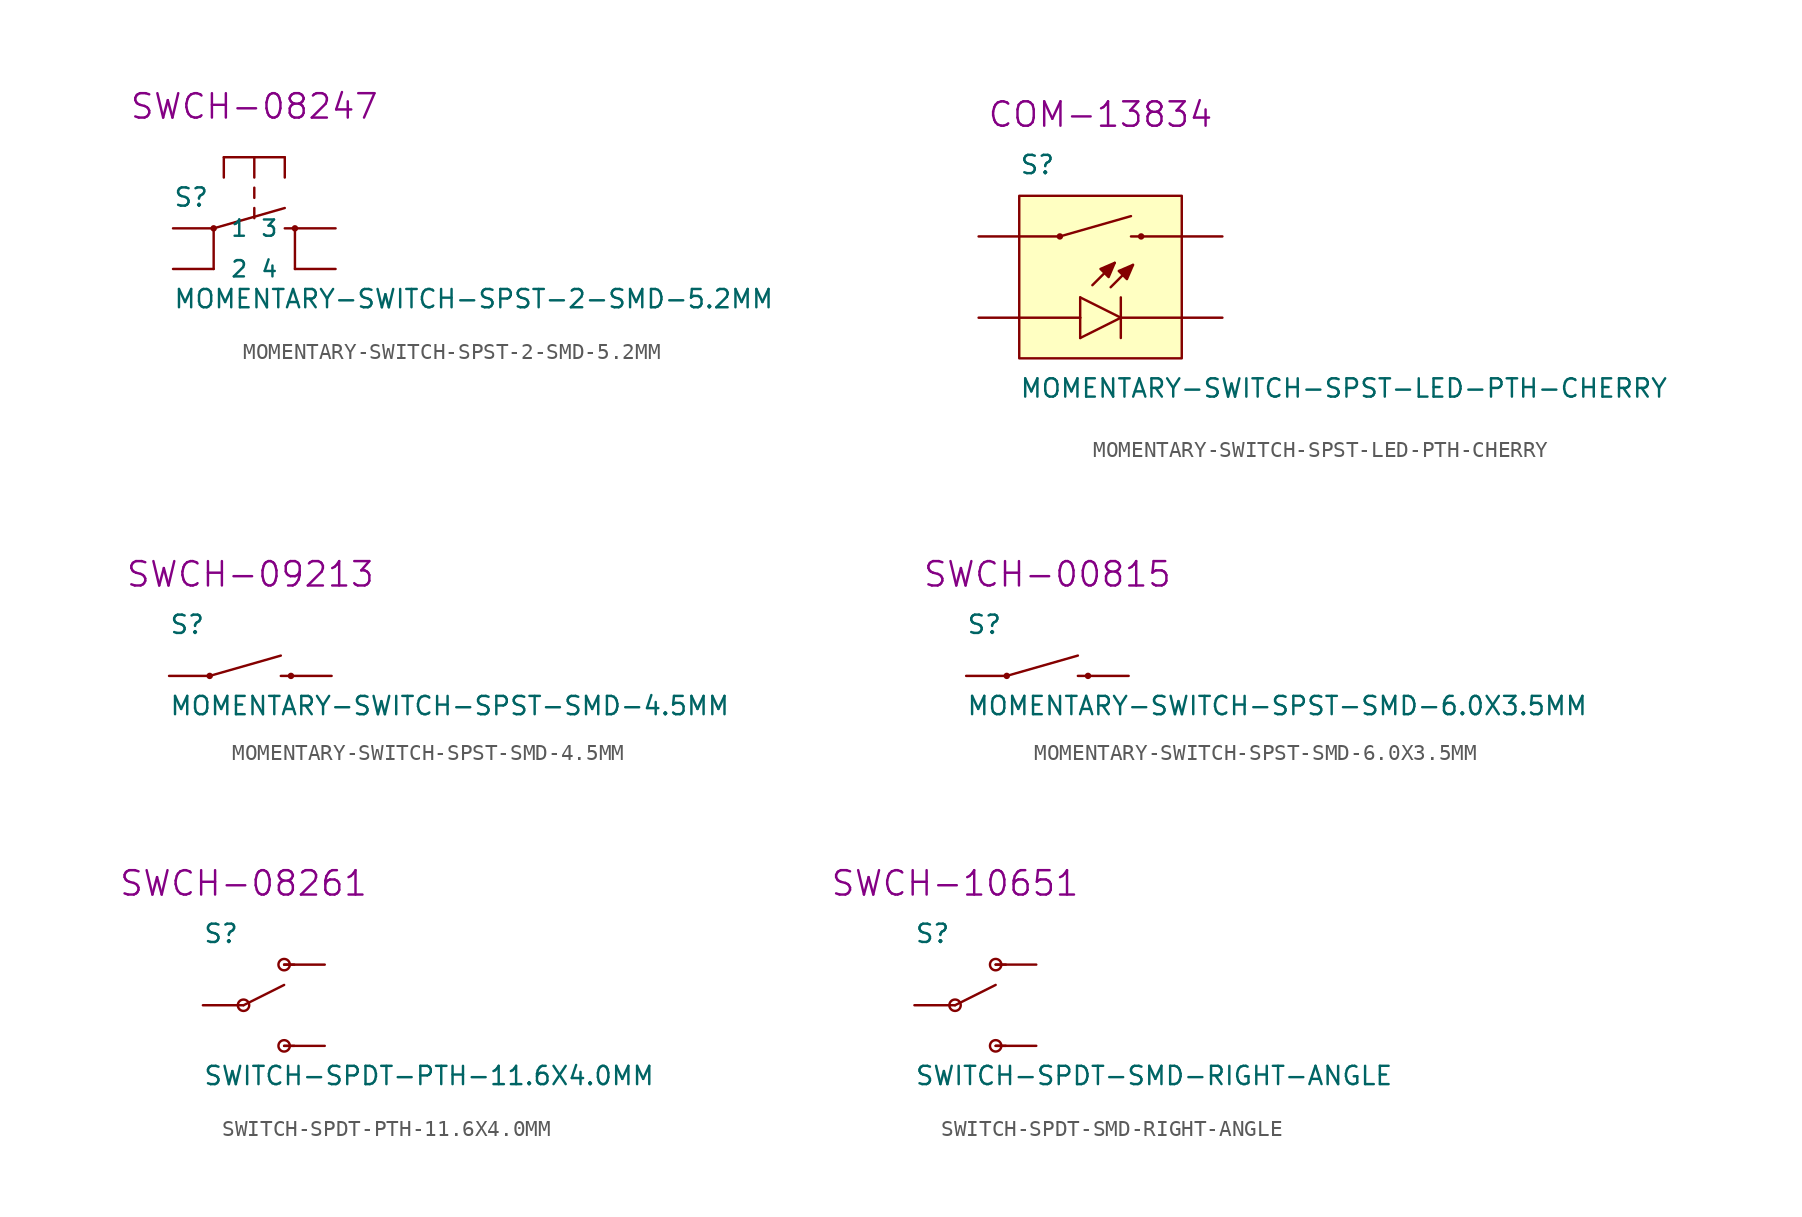
<source format=kicad_sym>
(kicad_symbol_lib
  (version 20211014)
  (generator kicad_symbol_editor)
  (symbol "MOMENTARY-SWITCH-SPST-2-SMD-5.2MM"
    (pin_numbers hide)
    (pin_names
      (offset 1.016))
    (property "Reference" "S"
      (at -5.08 1.27 0)
      (effects (font (size 1.143 1.143)) (justify left bottom)))
    (property "Value" "MOMENTARY-SWITCH-SPST-2-SMD-5.2MM"
      (at -5.08 -5.08 0)
      (effects (font (size 1.143 1.143)) (justify left bottom)))
    (property "Field4" "SWCH-08247"
      (at 0 7.62 0)
      (effects (font (size 1.524 1.524))))
    (property "ki_locked" ""
      (at 0 0 0)
      (effects (font (size 1.27 1.27))))
    (symbol "MOMENTARY-SWITCH-SPST-2-SMD-5.2MM_1_0"
      (polyline (pts (xy -2.54 -2.54) (xy -2.54 0)) (stroke (width 0) (type default) (color 0 0 0 0)) (fill (type none)))
      (polyline (pts (xy -2.54 0) (xy 1.905 1.27)) (stroke (width 0) (type default) (color 0 0 0 0)) (fill (type none)))
      (polyline (pts (xy -1.905 4.445) (xy -1.905 3.175)) (stroke (width 0) (type default) (color 0 0 0 0)) (fill (type none)))
      (polyline (pts (xy 0 1.27) (xy 0 0.635)) (stroke (width 0) (type default) (color 0 0 0 0)) (fill (type none)))
      (polyline (pts (xy 0 2.54) (xy 0 1.905)) (stroke (width 0) (type default) (color 0 0 0 0)) (fill (type none)))
      (polyline (pts (xy 0 4.445) (xy -1.905 4.445)) (stroke (width 0) (type default) (color 0 0 0 0)) (fill (type none)))
      (polyline (pts (xy 0 4.445) (xy 0 3.175)) (stroke (width 0) (type default) (color 0 0 0 0)) (fill (type none)))
      (polyline (pts (xy 1.905 0) (xy 2.54 0)) (stroke (width 0) (type default) (color 0 0 0 0)) (fill (type none)))
      (polyline (pts (xy 1.905 4.445) (xy 0 4.445)) (stroke (width 0) (type default) (color 0 0 0 0)) (fill (type none)))
      (polyline (pts (xy 1.905 4.445) (xy 1.905 3.175)) (stroke (width 0) (type default) (color 0 0 0 0)) (fill (type none)))
      (polyline (pts (xy 2.54 -2.54) (xy 2.54 0)) (stroke (width 0) (type default) (color 0 0 0 0)) (fill (type none))))
    (symbol "MOMENTARY-SWITCH-SPST-2-SMD-5.2MM_1_1"
      (circle (center -2.54 0) (radius 0.127) (stroke (width 0) (type default) (color 0 0 0 0)) (fill (type outline)))
      (circle (center 2.54 0) (radius 0.127) (stroke (width 0) (type default) (color 0 0 0 0)) (fill (type outline)))
      (pin passive line (at -5.08 0 0) (length 2.54) (name "1" (effects (font (size 1.016 1.016)))) (number "1" (effects (font (size 1.016 1.016)))))
      (pin passive line (at -5.08 -2.54 0) (length 2.54) (name "2" (effects (font (size 1.016 1.016)))) (number "2" (effects (font (size 1.016 1.016)))))
      (pin passive line (at 5.08 0 180) (length 2.54) (name "3" (effects (font (size 1.016 1.016)))) (number "3" (effects (font (size 1.016 1.016)))))
      (pin passive line (at 5.08 -2.54 180) (length 2.54) (name "4" (effects (font (size 1.016 1.016)))) (number "4" (effects (font (size 1.016 1.016)))))))
  (symbol "MOMENTARY-SWITCH-SPST-LED-PTH-CHERRY"
    (pin_numbers hide)
    (pin_names
      (offset 1.016) hide)
    (property "Reference" "S"
      (at -5.08 6.35 0)
      (effects (font (size 1.143 1.143)) (justify left bottom)))
    (property "Value" "MOMENTARY-SWITCH-SPST-LED-PTH-CHERRY"
      (at -5.08 -7.62 0)
      (effects (font (size 1.143 1.143)) (justify left bottom)))
    (property "Field4" "COM-13834"
      (at 0 10.16 0)
      (effects (font (size 1.524 1.524))))
    (property "ki_locked" ""
      (at 0 0 0)
      (effects (font (size 1.27 1.27))))
    (symbol "MOMENTARY-SWITCH-SPST-LED-PTH-CHERRY_1_0"
      (polyline (pts (xy -5.08 -2.54) (xy -1.27 -2.54)) (stroke (width 0) (type default) (color 0 0 0 0)) (fill (type none)))
      (polyline (pts (xy -5.08 2.54) (xy -2.54 2.54)) (stroke (width 0) (type default) (color 0 0 0 0)) (fill (type none)))
      (polyline (pts (xy -2.54 2.54) (xy 1.905 3.81)) (stroke (width 0) (type default) (color 0 0 0 0)) (fill (type none)))
      (polyline (pts (xy -1.27 -3.81) (xy -1.27 -2.54)) (stroke (width 0) (type default) (color 0 0 0 0)) (fill (type none)))
      (polyline (pts (xy -1.27 -3.81) (xy 1.27 -2.54)) (stroke (width 0) (type default) (color 0 0 0 0)) (fill (type none)))
      (polyline (pts (xy -1.27 -2.54) (xy -1.27 -1.27)) (stroke (width 0) (type default) (color 0 0 0 0)) (fill (type none)))
      (polyline (pts (xy -0.508 -0.508) (xy 0.889 0.889)) (stroke (width 0) (type default) (color 0 0 0 0)) (fill (type none)))
      (polyline (pts (xy 0.635 -0.635) (xy 2.032 0.762)) (stroke (width 0) (type default) (color 0 0 0 0)) (fill (type none)))
      (polyline (pts (xy 1.27 -3.81) (xy 1.27 -2.54)) (stroke (width 0) (type default) (color 0 0 0 0)) (fill (type none)))
      (polyline (pts (xy 1.27 -2.54) (xy -1.27 -1.27)) (stroke (width 0) (type default) (color 0 0 0 0)) (fill (type none)))
      (polyline (pts (xy 1.27 -2.54) (xy 1.27 -1.27)) (stroke (width 0) (type default) (color 0 0 0 0)) (fill (type none)))
      (polyline (pts (xy 1.27 -2.54) (xy 5.08 -2.54)) (stroke (width 0) (type default) (color 0 0 0 0)) (fill (type none)))
      (polyline (pts (xy 1.905 2.54) (xy 5.08 2.54)) (stroke (width 0) (type default) (color 0 0 0 0)) (fill (type none))))
    (symbol "MOMENTARY-SWITCH-SPST-LED-PTH-CHERRY_1_1"
      (circle (center -2.54 2.54) (radius 0.127) (stroke (width 0) (type default) (color 0 0 0 0)) (fill (type outline)))
      (polyline (pts (xy 0.889 0.889) (xy 0 0.508) (xy 0 0.508) (xy 0.508 0) (xy 0.508 0) (xy 0.889 0.889)) (stroke (width 0) (type default) (color 0 0 0 0)) (fill (type outline)))
      (polyline (pts (xy 2.032 0.762) (xy 1.143 0.381) (xy 1.143 0.381) (xy 1.651 -0.127) (xy 1.651 -0.127) (xy 2.032 0.762)) (stroke (width 0) (type default) (color 0 0 0 0)) (fill (type outline)))
      (polyline (pts (xy -5.08 5.08) (xy -5.08 2.54) (xy -5.08 -2.54) (xy -5.08 -5.08) (xy 5.08 -5.08) (xy 5.08 -2.54) (xy 5.08 2.54) (xy 5.08 5.08) (xy -5.08 5.08)) (stroke (width 0) (type default) (color 0 0 0 0)) (fill (type background)))
      (circle (center 2.54 2.54) (radius 0.127) (stroke (width 0) (type default) (color 0 0 0 0)) (fill (type outline)))
      (pin passive line (at -7.62 -2.54 0) (length 2.54) (name "A" (effects (font (size 1.016 1.016)))) (number "A" (effects (font (size 1.016 1.016)))))
      (pin passive line (at 7.62 -2.54 180) (length 2.54) (name "C" (effects (font (size 1.016 1.016)))) (number "K" (effects (font (size 1.016 1.016)))))
      (pin passive line (at -7.62 2.54 0) (length 2.54) (name "1" (effects (font (size 1.016 1.016)))) (number "S1" (effects (font (size 1.016 1.016)))))
      (pin passive line (at 7.62 2.54 180) (length 2.54) (name "2" (effects (font (size 1.016 1.016)))) (number "S2" (effects (font (size 1.016 1.016)))))))
  (symbol "MOMENTARY-SWITCH-SPST-SMD-4.5MM"
    (pin_numbers hide)
    (pin_names
      (offset 1.016) hide)
    (property "Reference" "S"
      (at -5.08 2.54 0)
      (effects (font (size 1.143 1.143)) (justify left bottom)))
    (property "Value" "MOMENTARY-SWITCH-SPST-SMD-4.5MM"
      (at -5.08 -2.54 0)
      (effects (font (size 1.143 1.143)) (justify left bottom)))
    (property "Field4" "SWCH-09213"
      (at 0 6.35 0)
      (effects (font (size 1.524 1.524))))
    (property "ki_locked" ""
      (at 0 0 0)
      (effects (font (size 1.27 1.27))))
    (symbol "MOMENTARY-SWITCH-SPST-SMD-4.5MM_1_0"
      (polyline (pts (xy -2.54 0) (xy 1.905 1.27)) (stroke (width 0) (type default) (color 0 0 0 0)) (fill (type none)))
      (polyline (pts (xy 1.905 0) (xy 2.54 0)) (stroke (width 0) (type default) (color 0 0 0 0)) (fill (type none))))
    (symbol "MOMENTARY-SWITCH-SPST-SMD-4.5MM_1_1"
      (circle (center -2.54 0) (radius 0.127) (stroke (width 0) (type default) (color 0 0 0 0)) (fill (type outline)))
      (circle (center 2.54 0) (radius 0.127) (stroke (width 0) (type default) (color 0 0 0 0)) (fill (type outline)))
      (pin passive line (at 5.08 0 180) (length 2.54) (name "2" (effects (font (size 1.016 1.016)))) (number "1" (effects (font (size 1.016 1.016)))))
      (pin passive line (at -5.08 0 0) (length 2.54) (name "1" (effects (font (size 1.016 1.016)))) (number "2" (effects (font (size 1.016 1.016)))))
      (pin passive line (at -5.08 0 0) (length 2.54) hide (name "1" (effects (font (size 1.016 1.016)))) (number "3" (effects (font (size 1.016 1.016)))))
      (pin passive line (at 5.08 0 180) (length 2.54) hide (name "2" (effects (font (size 1.016 1.016)))) (number "4" (effects (font (size 1.016 1.016)))))))
  (symbol "MOMENTARY-SWITCH-SPST-SMD-6.0X3.5MM"
    (pin_numbers hide)
    (pin_names
      (offset 1.016) hide)
    (property "Reference" "S"
      (at -5.08 2.54 0)
      (effects (font (size 1.143 1.143)) (justify left bottom)))
    (property "Value" "MOMENTARY-SWITCH-SPST-SMD-6.0X3.5MM"
      (at -5.08 -2.54 0)
      (effects (font (size 1.143 1.143)) (justify left bottom)))
    (property "Field4" "SWCH-00815"
      (at 0 6.35 0)
      (effects (font (size 1.524 1.524))))
    (property "ki_locked" ""
      (at 0 0 0)
      (effects (font (size 1.27 1.27))))
    (symbol "MOMENTARY-SWITCH-SPST-SMD-6.0X3.5MM_1_0"
      (polyline (pts (xy -2.54 0) (xy 1.905 1.27)) (stroke (width 0) (type default) (color 0 0 0 0)) (fill (type none)))
      (polyline (pts (xy 1.905 0) (xy 2.54 0)) (stroke (width 0) (type default) (color 0 0 0 0)) (fill (type none))))
    (symbol "MOMENTARY-SWITCH-SPST-SMD-6.0X3.5MM_1_1"
      (circle (center -2.54 0) (radius 0.127) (stroke (width 0) (type default) (color 0 0 0 0)) (fill (type outline)))
      (circle (center 2.54 0) (radius 0.127) (stroke (width 0) (type default) (color 0 0 0 0)) (fill (type outline)))
      (pin passive line (at -5.08 0 0) (length 2.54) (name "1" (effects (font (size 1.016 1.016)))) (number "1" (effects (font (size 1.016 1.016)))))
      (pin passive line (at 5.08 0 180) (length 2.54) (name "2" (effects (font (size 1.016 1.016)))) (number "2" (effects (font (size 1.016 1.016)))))))
  (symbol "SWITCH-SPDT-PTH-11.6X4.0MM"
    (pin_numbers hide)
    (pin_names
      (offset 1.016) hide)
    (property "Reference" "S"
      (at -2.54 3.81 0)
      (effects (font (size 1.143 1.143)) (justify left bottom)))
    (property "Value" "SWITCH-SPDT-PTH-11.6X4.0MM"
      (at -2.54 -5.08 0)
      (effects (font (size 1.143 1.143)) (justify left bottom)))
    (property "Field4" "SWCH-08261"
      (at 0 7.62 0)
      (effects (font (size 1.524 1.524))))
    (property "ki_locked" ""
      (at 0 0 0)
      (effects (font (size 1.27 1.27))))
    (symbol "SWITCH-SPDT-PTH-11.6X4.0MM_1_0"
      (polyline (pts (xy 0 0) (xy 2.54 1.27)) (stroke (width 0) (type default) (color 0 0 0 0)) (fill (type none)))
      (polyline (pts (xy 2.54 -2.54) (xy 3.175 -2.54)) (stroke (width 0) (type default) (color 0 0 0 0)) (fill (type none)))
      (polyline (pts (xy 2.54 2.54) (xy 3.175 2.54)) (stroke (width 0) (type default) (color 0 0 0 0)) (fill (type none))))
    (symbol "SWITCH-SPDT-PTH-11.6X4.0MM_1_1"
      (circle (center 0 0) (radius 0.356) (stroke (width 0) (type default) (color 0 0 0 0)) (fill (type none)))
      (circle (center 2.54 -2.54) (radius 0.356) (stroke (width 0) (type default) (color 0 0 0 0)) (fill (type none)))
      (circle (center 2.54 2.54) (radius 0.356) (stroke (width 0) (type default) (color 0 0 0 0)) (fill (type none)))
      (pin passive line (at 5.08 2.54 180) (length 2.54) (name "O" (effects (font (size 1.016 1.016)))) (number "1" (effects (font (size 1.016 1.016)))))
      (pin passive line (at -2.54 0 0) (length 2.54) (name "P" (effects (font (size 1.016 1.016)))) (number "2" (effects (font (size 1.016 1.016)))))
      (pin passive line (at 5.08 -2.54 180) (length 2.54) (name "S" (effects (font (size 1.016 1.016)))) (number "3" (effects (font (size 1.016 1.016)))))))
  (symbol "SWITCH-SPDT-SMD-RIGHT-ANGLE"
    (pin_numbers hide)
    (pin_names
      (offset 1.016) hide)
    (property "Reference" "S"
      (at -2.54 3.81 0)
      (effects (font (size 1.143 1.143)) (justify left bottom)))
    (property "Value" "SWITCH-SPDT-SMD-RIGHT-ANGLE"
      (at -2.54 -5.08 0)
      (effects (font (size 1.143 1.143)) (justify left bottom)))
    (property "Field4" "SWCH-10651"
      (at 0 7.62 0)
      (effects (font (size 1.524 1.524))))
    (property "ki_locked" ""
      (at 0 0 0)
      (effects (font (size 1.27 1.27))))
    (symbol "SWITCH-SPDT-SMD-RIGHT-ANGLE_1_0"
      (polyline (pts (xy 0 0) (xy 2.54 1.27)) (stroke (width 0) (type default) (color 0 0 0 0)) (fill (type none)))
      (polyline (pts (xy 2.54 -2.54) (xy 3.175 -2.54)) (stroke (width 0) (type default) (color 0 0 0 0)) (fill (type none)))
      (polyline (pts (xy 2.54 2.54) (xy 3.175 2.54)) (stroke (width 0) (type default) (color 0 0 0 0)) (fill (type none))))
    (symbol "SWITCH-SPDT-SMD-RIGHT-ANGLE_1_1"
      (circle (center 0 0) (radius 0.356) (stroke (width 0) (type default) (color 0 0 0 0)) (fill (type none)))
      (circle (center 2.54 -2.54) (radius 0.356) (stroke (width 0) (type default) (color 0 0 0 0)) (fill (type none)))
      (circle (center 2.54 2.54) (radius 0.356) (stroke (width 0) (type default) (color 0 0 0 0)) (fill (type none)))
      (pin passive line (at 5.08 2.54 180) (length 2.54) (name "O" (effects (font (size 1.016 1.016)))) (number "1" (effects (font (size 1.016 1.016)))))
      (pin passive line (at -2.54 0 0) (length 2.54) (name "P" (effects (font (size 1.016 1.016)))) (number "2" (effects (font (size 1.016 1.016)))))
      (pin passive line (at 5.08 -2.54 180) (length 2.54) (name "S" (effects (font (size 1.016 1.016)))) (number "3" (effects (font (size 1.016 1.016))))))))
</source>
